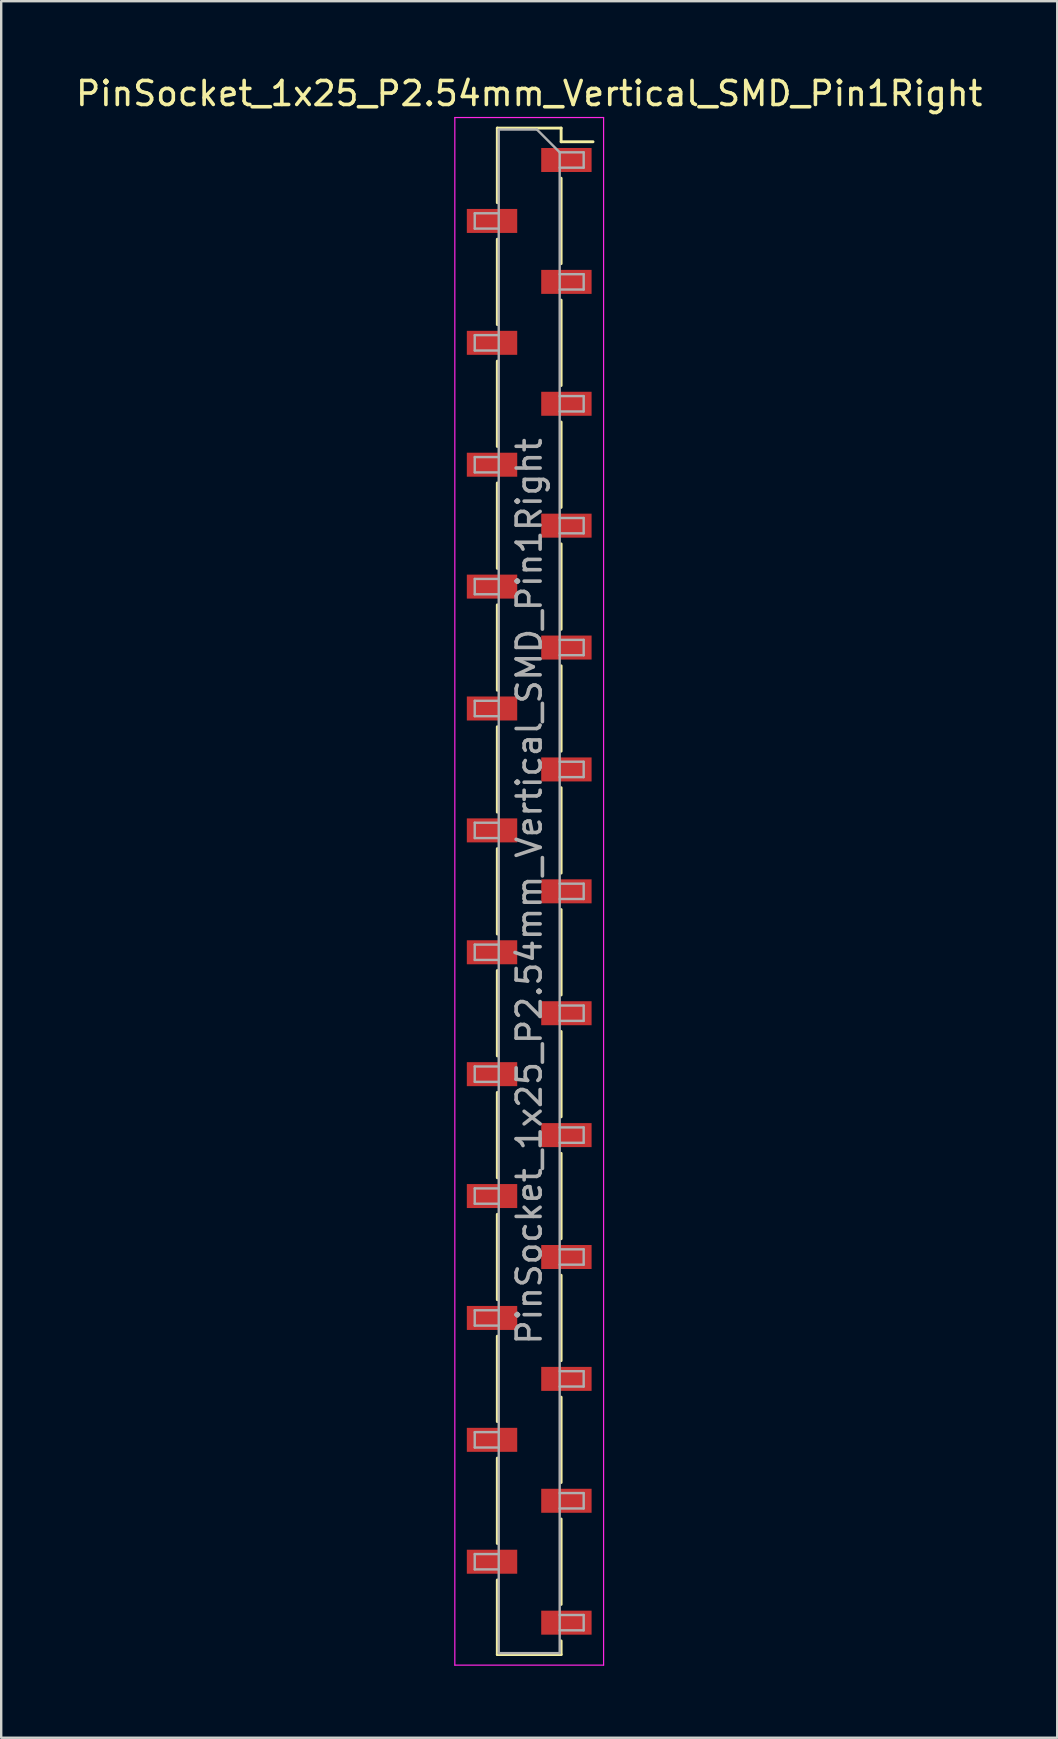
<source format=kicad_pcb>
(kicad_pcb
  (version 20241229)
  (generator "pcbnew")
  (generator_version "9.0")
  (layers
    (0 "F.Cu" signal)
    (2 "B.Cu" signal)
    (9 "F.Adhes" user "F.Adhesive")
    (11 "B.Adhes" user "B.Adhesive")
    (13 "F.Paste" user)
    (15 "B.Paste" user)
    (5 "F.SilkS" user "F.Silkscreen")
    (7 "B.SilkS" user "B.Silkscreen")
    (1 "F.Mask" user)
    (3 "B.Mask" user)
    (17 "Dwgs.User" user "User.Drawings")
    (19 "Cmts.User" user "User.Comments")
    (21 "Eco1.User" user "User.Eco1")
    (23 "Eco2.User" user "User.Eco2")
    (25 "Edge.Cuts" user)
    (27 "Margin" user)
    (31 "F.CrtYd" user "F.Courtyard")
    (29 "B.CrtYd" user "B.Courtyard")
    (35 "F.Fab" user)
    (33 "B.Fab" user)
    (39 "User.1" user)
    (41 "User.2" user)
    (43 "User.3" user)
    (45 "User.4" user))
  (footprint "PinSocket_1x25_P2.54mm_Vertical_SMD_Pin1Right"
    (layer "F.Cu")
    (at 19.006 34.098)
    (property "Reference" "PinSocket_1x25_P2.54mm_Vertical_SMD_Pin1Right" (at 0 -33.25 0) (layer "F.SilkS") (effects (font (size 1 1) (thickness 0.15))))
    (attr smd)
    (fp_line (start -1.33 -31.81) (end -1.33 -28.7) (stroke (width 0.12) (type solid)) (layer "F.SilkS"))
    (fp_line (start -1.33 -31.81) (end 1.33 -31.81) (stroke (width 0.12) (type solid)) (layer "F.SilkS"))
    (fp_line (start -1.33 -27.18) (end -1.33 -23.62) (stroke (width 0.12) (type solid)) (layer "F.SilkS"))
    (fp_line (start -1.33 -22.1) (end -1.33 -18.54) (stroke (width 0.12) (type solid)) (layer "F.SilkS"))
    (fp_line (start -1.33 -17.02) (end -1.33 -13.46) (stroke (width 0.12) (type solid)) (layer "F.SilkS"))
    (fp_line (start -1.33 -11.94) (end -1.33 -8.38) (stroke (width 0.12) (type solid)) (layer "F.SilkS"))
    (fp_line (start -1.33 -6.86) (end -1.33 -3.3) (stroke (width 0.12) (type solid)) (layer "F.SilkS"))
    (fp_line (start -1.33 -1.78) (end -1.33 1.78) (stroke (width 0.12) (type solid)) (layer "F.SilkS"))
    (fp_line (start -1.33 3.3) (end -1.33 6.86) (stroke (width 0.12) (type solid)) (layer "F.SilkS"))
    (fp_line (start -1.33 8.38) (end -1.33 11.94) (stroke (width 0.12) (type solid)) (layer "F.SilkS"))
    (fp_line (start -1.33 13.46) (end -1.33 17.02) (stroke (width 0.12) (type solid)) (layer "F.SilkS"))
    (fp_line (start -1.33 18.54) (end -1.33 22.1) (stroke (width 0.12) (type solid)) (layer "F.SilkS"))
    (fp_line (start -1.33 23.62) (end -1.33 27.18) (stroke (width 0.12) (type solid)) (layer "F.SilkS"))
    (fp_line (start -1.33 28.7) (end -1.33 31.81) (stroke (width 0.12) (type solid)) (layer "F.SilkS"))
    (fp_line (start 1.33 -31.81) (end 1.33 -31.24) (stroke (width 0.12) (type solid)) (layer "F.SilkS"))
    (fp_line (start 1.33 -31.24) (end 2.66 -31.24) (stroke (width 0.12) (type solid)) (layer "F.SilkS"))
    (fp_line (start 1.33 -29.72) (end 1.33 -26.16) (stroke (width 0.12) (type solid)) (layer "F.SilkS"))
    (fp_line (start 1.33 -24.64) (end 1.33 -21.08) (stroke (width 0.12) (type solid)) (layer "F.SilkS"))
    (fp_line (start 1.33 -19.56) (end 1.33 -16) (stroke (width 0.12) (type solid)) (layer "F.SilkS"))
    (fp_line (start 1.33 -14.48) (end 1.33 -10.92) (stroke (width 0.12) (type solid)) (layer "F.SilkS"))
    (fp_line (start 1.33 -9.4) (end 1.33 -5.84) (stroke (width 0.12) (type solid)) (layer "F.SilkS"))
    (fp_line (start 1.33 -4.32) (end 1.33 -0.76) (stroke (width 0.12) (type solid)) (layer "F.SilkS"))
    (fp_line (start 1.33 0.76) (end 1.33 4.32) (stroke (width 0.12) (type solid)) (layer "F.SilkS"))
    (fp_line (start 1.33 5.84) (end 1.33 9.4) (stroke (width 0.12) (type solid)) (layer "F.SilkS"))
    (fp_line (start 1.33 10.92) (end 1.33 14.48) (stroke (width 0.12) (type solid)) (layer "F.SilkS"))
    (fp_line (start 1.33 16) (end 1.33 19.56) (stroke (width 0.12) (type solid)) (layer "F.SilkS"))
    (fp_line (start 1.33 21.08) (end 1.33 24.64) (stroke (width 0.12) (type solid)) (layer "F.SilkS"))
    (fp_line (start 1.33 26.16) (end 1.33 29.72) (stroke (width 0.12) (type solid)) (layer "F.SilkS"))
    (fp_line (start 1.33 31.24) (end 1.33 31.81) (stroke (width 0.12) (type solid)) (layer "F.SilkS"))
    (fp_line (start 1.33 31.81) (end -1.33 31.81) (stroke (width 0.12) (type solid)) (layer "F.SilkS"))
    (fp_line (start -3.1 -32.25) (end 3.1 -32.25) (stroke (width 0.05) (type solid)) (layer "F.CrtYd"))
    (fp_line (start -3.1 32.25) (end -3.1 -32.25) (stroke (width 0.05) (type solid)) (layer "F.CrtYd"))
    (fp_line (start 3.1 -32.25) (end 3.1 32.25) (stroke (width 0.05) (type solid)) (layer "F.CrtYd"))
    (fp_line (start 3.1 32.25) (end -3.1 32.25) (stroke (width 0.05) (type solid)) (layer "F.CrtYd"))
    (fp_line (start -2.27 -28.26) (end -1.27 -28.26) (stroke (width 0.1) (type solid)) (layer "F.Fab"))
    (fp_line (start -2.27 -27.62) (end -2.27 -28.26) (stroke (width 0.1) (type solid)) (layer "F.Fab"))
    (fp_line (start -2.27 -23.18) (end -1.27 -23.18) (stroke (width 0.1) (type solid)) (layer "F.Fab"))
    (fp_line (start -2.27 -22.54) (end -2.27 -23.18) (stroke (width 0.1) (type solid)) (layer "F.Fab"))
    (fp_line (start -2.27 -18.1) (end -1.27 -18.1) (stroke (width 0.1) (type solid)) (layer "F.Fab"))
    (fp_line (start -2.27 -17.46) (end -2.27 -18.1) (stroke (width 0.1) (type solid)) (layer "F.Fab"))
    (fp_line (start -2.27 -13.02) (end -1.27 -13.02) (stroke (width 0.1) (type solid)) (layer "F.Fab"))
    (fp_line (start -2.27 -12.38) (end -2.27 -13.02) (stroke (width 0.1) (type solid)) (layer "F.Fab"))
    (fp_line (start -2.27 -7.94) (end -1.27 -7.94) (stroke (width 0.1) (type solid)) (layer "F.Fab"))
    (fp_line (start -2.27 -7.3) (end -2.27 -7.94) (stroke (width 0.1) (type solid)) (layer "F.Fab"))
    (fp_line (start -2.27 -2.86) (end -1.27 -2.86) (stroke (width 0.1) (type solid)) (layer "F.Fab"))
    (fp_line (start -2.27 -2.22) (end -2.27 -2.86) (stroke (width 0.1) (type solid)) (layer "F.Fab"))
    (fp_line (start -2.27 2.22) (end -1.27 2.22) (stroke (width 0.1) (type solid)) (layer "F.Fab"))
    (fp_line (start -2.27 2.86) (end -2.27 2.22) (stroke (width 0.1) (type solid)) (layer "F.Fab"))
    (fp_line (start -2.27 7.3) (end -1.27 7.3) (stroke (width 0.1) (type solid)) (layer "F.Fab"))
    (fp_line (start -2.27 7.94) (end -2.27 7.3) (stroke (width 0.1) (type solid)) (layer "F.Fab"))
    (fp_line (start -2.27 12.38) (end -1.27 12.38) (stroke (width 0.1) (type solid)) (layer "F.Fab"))
    (fp_line (start -2.27 13.02) (end -2.27 12.38) (stroke (width 0.1) (type solid)) (layer "F.Fab"))
    (fp_line (start -2.27 17.46) (end -1.27 17.46) (stroke (width 0.1) (type solid)) (layer "F.Fab"))
    (fp_line (start -2.27 18.1) (end -2.27 17.46) (stroke (width 0.1) (type solid)) (layer "F.Fab"))
    (fp_line (start -2.27 22.54) (end -1.27 22.54) (stroke (width 0.1) (type solid)) (layer "F.Fab"))
    (fp_line (start -2.27 23.18) (end -2.27 22.54) (stroke (width 0.1) (type solid)) (layer "F.Fab"))
    (fp_line (start -2.27 27.62) (end -1.27 27.62) (stroke (width 0.1) (type solid)) (layer "F.Fab"))
    (fp_line (start -2.27 28.26) (end -2.27 27.62) (stroke (width 0.1) (type solid)) (layer "F.Fab"))
    (fp_line (start -1.27 -31.75) (end 0.32 -31.75) (stroke (width 0.1) (type solid)) (layer "F.Fab"))
    (fp_line (start -1.27 -27.62) (end -2.27 -27.62) (stroke (width 0.1) (type solid)) (layer "F.Fab"))
    (fp_line (start -1.27 -22.54) (end -2.27 -22.54) (stroke (width 0.1) (type solid)) (layer "F.Fab"))
    (fp_line (start -1.27 -17.46) (end -2.27 -17.46) (stroke (width 0.1) (type solid)) (layer "F.Fab"))
    (fp_line (start -1.27 -12.38) (end -2.27 -12.38) (stroke (width 0.1) (type solid)) (layer "F.Fab"))
    (fp_line (start -1.27 -7.3) (end -2.27 -7.3) (stroke (width 0.1) (type solid)) (layer "F.Fab"))
    (fp_line (start -1.27 -2.22) (end -2.27 -2.22) (stroke (width 0.1) (type solid)) (layer "F.Fab"))
    (fp_line (start -1.27 2.86) (end -2.27 2.86) (stroke (width 0.1) (type solid)) (layer "F.Fab"))
    (fp_line (start -1.27 7.94) (end -2.27 7.94) (stroke (width 0.1) (type solid)) (layer "F.Fab"))
    (fp_line (start -1.27 13.02) (end -2.27 13.02) (stroke (width 0.1) (type solid)) (layer "F.Fab"))
    (fp_line (start -1.27 18.1) (end -2.27 18.1) (stroke (width 0.1) (type solid)) (layer "F.Fab"))
    (fp_line (start -1.27 23.18) (end -2.27 23.18) (stroke (width 0.1) (type solid)) (layer "F.Fab"))
    (fp_line (start -1.27 28.26) (end -2.27 28.26) (stroke (width 0.1) (type solid)) (layer "F.Fab"))
    (fp_line (start -1.27 31.75) (end -1.27 -31.75) (stroke (width 0.1) (type solid)) (layer "F.Fab"))
    (fp_line (start 0.32 -31.75) (end 1.27 -30.8) (stroke (width 0.1) (type solid)) (layer "F.Fab"))
    (fp_line (start 1.27 -30.8) (end 1.27 31.75) (stroke (width 0.1) (type solid)) (layer "F.Fab"))
    (fp_line (start 1.27 -30.8) (end 2.27 -30.8) (stroke (width 0.1) (type solid)) (layer "F.Fab"))
    (fp_line (start 1.27 -25.72) (end 2.27 -25.72) (stroke (width 0.1) (type solid)) (layer "F.Fab"))
    (fp_line (start 1.27 -20.64) (end 2.27 -20.64) (stroke (width 0.1) (type solid)) (layer "F.Fab"))
    (fp_line (start 1.27 -15.56) (end 2.27 -15.56) (stroke (width 0.1) (type solid)) (layer "F.Fab"))
    (fp_line (start 1.27 -10.48) (end 2.27 -10.48) (stroke (width 0.1) (type solid)) (layer "F.Fab"))
    (fp_line (start 1.27 -5.4) (end 2.27 -5.4) (stroke (width 0.1) (type solid)) (layer "F.Fab"))
    (fp_line (start 1.27 -0.32) (end 2.27 -0.32) (stroke (width 0.1) (type solid)) (layer "F.Fab"))
    (fp_line (start 1.27 4.76) (end 2.27 4.76) (stroke (width 0.1) (type solid)) (layer "F.Fab"))
    (fp_line (start 1.27 9.84) (end 2.27 9.84) (stroke (width 0.1) (type solid)) (layer "F.Fab"))
    (fp_line (start 1.27 14.92) (end 2.27 14.92) (stroke (width 0.1) (type solid)) (layer "F.Fab"))
    (fp_line (start 1.27 20) (end 2.27 20) (stroke (width 0.1) (type solid)) (layer "F.Fab"))
    (fp_line (start 1.27 25.08) (end 2.27 25.08) (stroke (width 0.1) (type solid)) (layer "F.Fab"))
    (fp_line (start 1.27 30.16) (end 2.27 30.16) (stroke (width 0.1) (type solid)) (layer "F.Fab"))
    (fp_line (start 1.27 31.75) (end -1.27 31.75) (stroke (width 0.1) (type solid)) (layer "F.Fab"))
    (fp_line (start 2.27 -30.8) (end 2.27 -30.16) (stroke (width 0.1) (type solid)) (layer "F.Fab"))
    (fp_line (start 2.27 -30.16) (end 1.27 -30.16) (stroke (width 0.1) (type solid)) (layer "F.Fab"))
    (fp_line (start 2.27 -25.72) (end 2.27 -25.08) (stroke (width 0.1) (type solid)) (layer "F.Fab"))
    (fp_line (start 2.27 -25.08) (end 1.27 -25.08) (stroke (width 0.1) (type solid)) (layer "F.Fab"))
    (fp_line (start 2.27 -20.64) (end 2.27 -20) (stroke (width 0.1) (type solid)) (layer "F.Fab"))
    (fp_line (start 2.27 -20) (end 1.27 -20) (stroke (width 0.1) (type solid)) (layer "F.Fab"))
    (fp_line (start 2.27 -15.56) (end 2.27 -14.92) (stroke (width 0.1) (type solid)) (layer "F.Fab"))
    (fp_line (start 2.27 -14.92) (end 1.27 -14.92) (stroke (width 0.1) (type solid)) (layer "F.Fab"))
    (fp_line (start 2.27 -10.48) (end 2.27 -9.84) (stroke (width 0.1) (type solid)) (layer "F.Fab"))
    (fp_line (start 2.27 -9.84) (end 1.27 -9.84) (stroke (width 0.1) (type solid)) (layer "F.Fab"))
    (fp_line (start 2.27 -5.4) (end 2.27 -4.76) (stroke (width 0.1) (type solid)) (layer "F.Fab"))
    (fp_line (start 2.27 -4.76) (end 1.27 -4.76) (stroke (width 0.1) (type solid)) (layer "F.Fab"))
    (fp_line (start 2.27 -0.32) (end 2.27 0.32) (stroke (width 0.1) (type solid)) (layer "F.Fab"))
    (fp_line (start 2.27 0.32) (end 1.27 0.32) (stroke (width 0.1) (type solid)) (layer "F.Fab"))
    (fp_line (start 2.27 4.76) (end 2.27 5.4) (stroke (width 0.1) (type solid)) (layer "F.Fab"))
    (fp_line (start 2.27 5.4) (end 1.27 5.4) (stroke (width 0.1) (type solid)) (layer "F.Fab"))
    (fp_line (start 2.27 9.84) (end 2.27 10.48) (stroke (width 0.1) (type solid)) (layer "F.Fab"))
    (fp_line (start 2.27 10.48) (end 1.27 10.48) (stroke (width 0.1) (type solid)) (layer "F.Fab"))
    (fp_line (start 2.27 14.92) (end 2.27 15.56) (stroke (width 0.1) (type solid)) (layer "F.Fab"))
    (fp_line (start 2.27 15.56) (end 1.27 15.56) (stroke (width 0.1) (type solid)) (layer "F.Fab"))
    (fp_line (start 2.27 20) (end 2.27 20.64) (stroke (width 0.1) (type solid)) (layer "F.Fab"))
    (fp_line (start 2.27 20.64) (end 1.27 20.64) (stroke (width 0.1) (type solid)) (layer "F.Fab"))
    (fp_line (start 2.27 25.08) (end 2.27 25.72) (stroke (width 0.1) (type solid)) (layer "F.Fab"))
    (fp_line (start 2.27 25.72) (end 1.27 25.72) (stroke (width 0.1) (type solid)) (layer "F.Fab"))
    (fp_line (start 2.27 30.16) (end 2.27 30.8) (stroke (width 0.1) (type solid)) (layer "F.Fab"))
    (fp_line (start 2.27 30.8) (end 1.27 30.8) (stroke (width 0.1) (type solid)) (layer "F.Fab"))
    (fp_text user "${REFERENCE}" (at 0 0 90) (layer "F.Fab") (effects (font (size 1 1) (thickness 0.15))))
    (pad "1" smd rect (at 1.55 -30.48) (size 2.1 1) (layers "F.Cu" "F.Mask" "F.Paste"))
    (pad "2" smd rect (at -1.55 -27.94) (size 2.1 1) (layers "F.Cu" "F.Mask" "F.Paste"))
    (pad "3" smd rect (at 1.55 -25.4) (size 2.1 1) (layers "F.Cu" "F.Mask" "F.Paste"))
    (pad "4" smd rect (at -1.55 -22.86) (size 2.1 1) (layers "F.Cu" "F.Mask" "F.Paste"))
    (pad "5" smd rect (at 1.55 -20.32) (size 2.1 1) (layers "F.Cu" "F.Mask" "F.Paste"))
    (pad "6" smd rect (at -1.55 -17.78) (size 2.1 1) (layers "F.Cu" "F.Mask" "F.Paste"))
    (pad "7" smd rect (at 1.55 -15.24) (size 2.1 1) (layers "F.Cu" "F.Mask" "F.Paste"))
    (pad "8" smd rect (at -1.55 -12.7) (size 2.1 1) (layers "F.Cu" "F.Mask" "F.Paste"))
    (pad "9" smd rect (at 1.55 -10.16) (size 2.1 1) (layers "F.Cu" "F.Mask" "F.Paste"))
    (pad "10" smd rect (at -1.55 -7.62) (size 2.1 1) (layers "F.Cu" "F.Mask" "F.Paste"))
    (pad "11" smd rect (at 1.55 -5.08) (size 2.1 1) (layers "F.Cu" "F.Mask" "F.Paste"))
    (pad "12" smd rect (at -1.55 -2.54) (size 2.1 1) (layers "F.Cu" "F.Mask" "F.Paste"))
    (pad "13" smd rect (at 1.55 0) (size 2.1 1) (layers "F.Cu" "F.Mask" "F.Paste"))
    (pad "14" smd rect (at -1.55 2.54) (size 2.1 1) (layers "F.Cu" "F.Mask" "F.Paste"))
    (pad "15" smd rect (at 1.55 5.08) (size 2.1 1) (layers "F.Cu" "F.Mask" "F.Paste"))
    (pad "16" smd rect (at -1.55 7.62) (size 2.1 1) (layers "F.Cu" "F.Mask" "F.Paste"))
    (pad "17" smd rect (at 1.55 10.16) (size 2.1 1) (layers "F.Cu" "F.Mask" "F.Paste"))
    (pad "18" smd rect (at -1.55 12.7) (size 2.1 1) (layers "F.Cu" "F.Mask" "F.Paste"))
    (pad "19" smd rect (at 1.55 15.24) (size 2.1 1) (layers "F.Cu" "F.Mask" "F.Paste"))
    (pad "20" smd rect (at -1.55 17.78) (size 2.1 1) (layers "F.Cu" "F.Mask" "F.Paste"))
    (pad "21" smd rect (at 1.55 20.32) (size 2.1 1) (layers "F.Cu" "F.Mask" "F.Paste"))
    (pad "22" smd rect (at -1.55 22.86) (size 2.1 1) (layers "F.Cu" "F.Mask" "F.Paste"))
    (pad "23" smd rect (at 1.55 25.4) (size 2.1 1) (layers "F.Cu" "F.Mask" "F.Paste"))
    (pad "24" smd rect (at -1.55 27.94) (size 2.1 1) (layers "F.Cu" "F.Mask" "F.Paste"))
    (pad "25" smd rect (at 1.55 30.48) (size 2.1 1) (layers "F.Cu" "F.Mask" "F.Paste")))
  (gr_rect
    (start -3 -3)
    (end 41.012 69.373)
    (stroke (width 0.1) (type default))
    (fill no)
    (layer "Edge.Cuts")))
</source>
